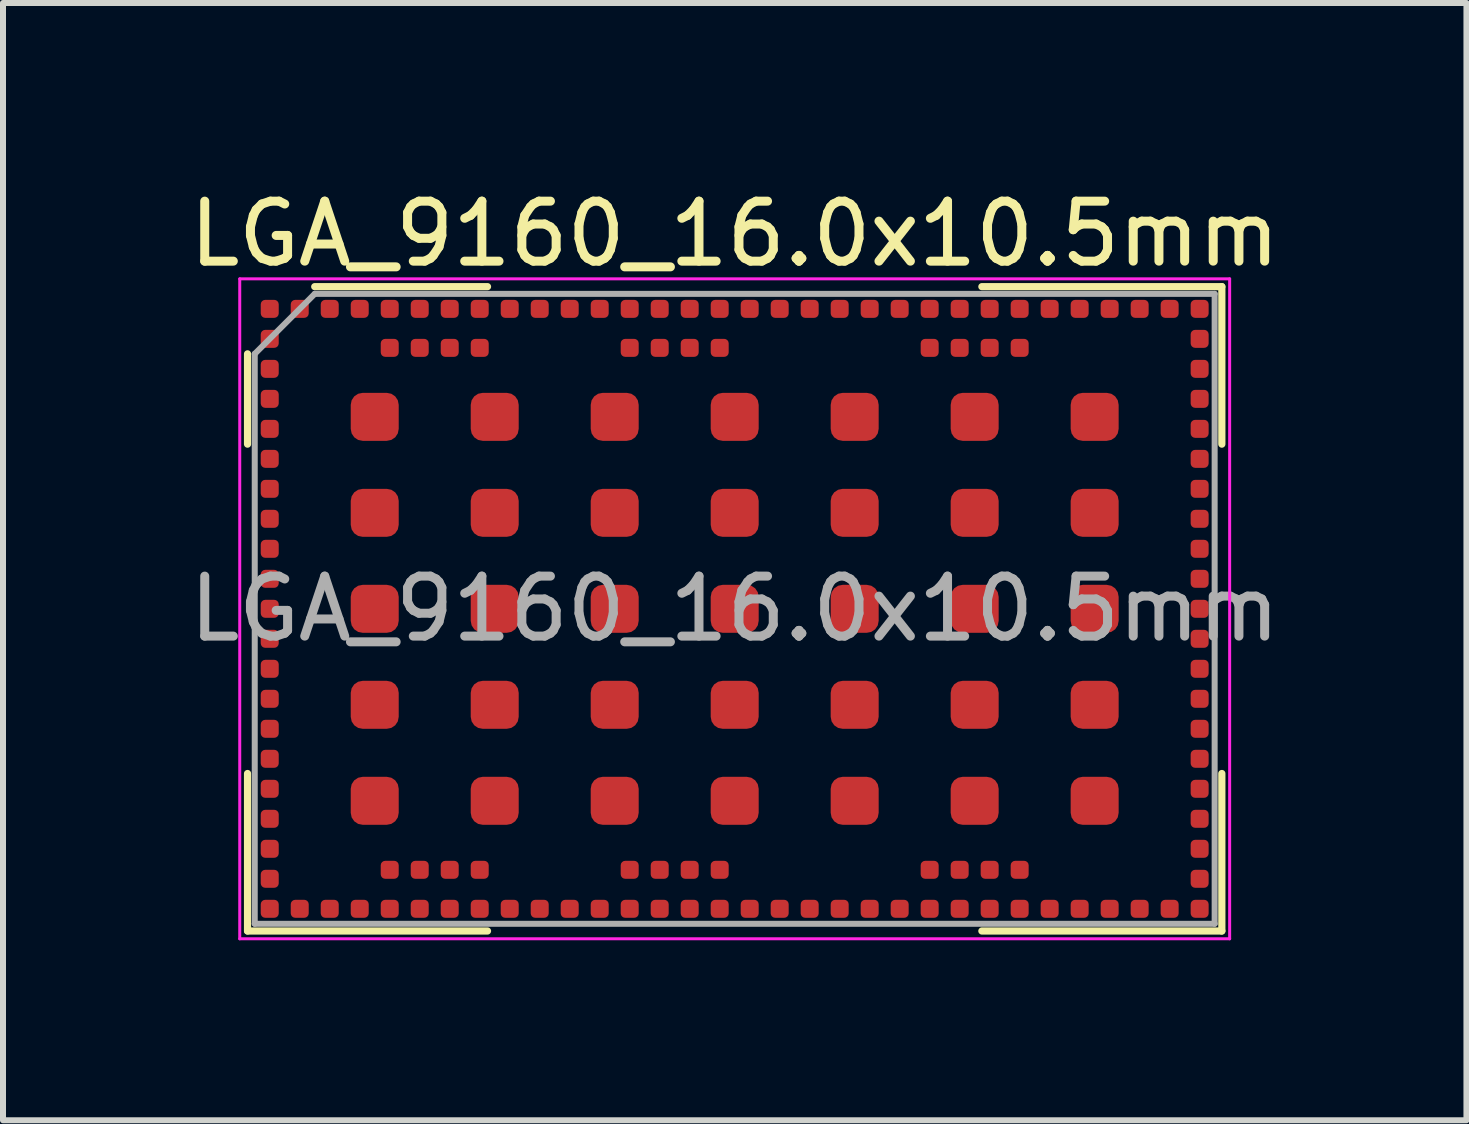
<source format=kicad_pcb>
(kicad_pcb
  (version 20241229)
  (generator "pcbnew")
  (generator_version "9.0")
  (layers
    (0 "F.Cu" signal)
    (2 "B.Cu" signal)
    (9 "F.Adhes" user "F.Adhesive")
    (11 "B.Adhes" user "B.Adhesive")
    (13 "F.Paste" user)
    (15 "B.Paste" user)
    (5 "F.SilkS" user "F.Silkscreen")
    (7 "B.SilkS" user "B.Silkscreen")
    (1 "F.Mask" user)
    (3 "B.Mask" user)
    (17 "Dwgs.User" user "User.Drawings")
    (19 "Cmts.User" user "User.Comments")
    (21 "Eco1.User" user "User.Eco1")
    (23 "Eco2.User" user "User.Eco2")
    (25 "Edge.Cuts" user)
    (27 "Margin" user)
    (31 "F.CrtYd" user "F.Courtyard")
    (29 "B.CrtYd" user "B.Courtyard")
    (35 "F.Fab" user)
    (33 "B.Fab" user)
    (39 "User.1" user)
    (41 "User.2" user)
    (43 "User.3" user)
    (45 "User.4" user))
  (footprint "LGA_9160_16.0x10.5mm"
    (layer "F.Cu")
    (at 9.196 7.098)
    (property "Reference" "LGA_9160_16.0x10.5mm" (at 0 -6.25 0) (layer "F.SilkS") (effects (font (size 1 1) (thickness 0.15))))
    (attr smd)
    (fp_line (start -8.12 -4.25) (end -8.12 -2.745) (stroke (width 0.12) (type default)) (layer "F.SilkS"))
    (fp_line (start -8.12 5.37) (end -8.12 2.745) (stroke (width 0.12) (type default)) (layer "F.SilkS"))
    (fp_line (start -4.12 -5.37) (end -7 -5.37) (stroke (width 0.12) (type default)) (layer "F.SilkS"))
    (fp_line (start -4.12 5.37) (end -8.12 5.37) (stroke (width 0.12) (type default)) (layer "F.SilkS"))
    (fp_line (start 4.12 -5.37) (end 8.12 -5.37) (stroke (width 0.12) (type default)) (layer "F.SilkS"))
    (fp_line (start 4.12 5.37) (end 8.12 5.37) (stroke (width 0.12) (type default)) (layer "F.SilkS"))
    (fp_line (start 8.12 -5.37) (end 8.12 -2.745) (stroke (width 0.12) (type default)) (layer "F.SilkS"))
    (fp_line (start 8.12 5.37) (end 8.12 2.745) (stroke (width 0.12) (type default)) (layer "F.SilkS"))
    (fp_line (start -8.25 -5.5) (end 8.25 -5.5) (stroke (width 0.05) (type default)) (layer "F.CrtYd"))
    (fp_line (start -8.25 5.5) (end -8.25 -5.5) (stroke (width 0.05) (type default)) (layer "F.CrtYd"))
    (fp_line (start 8.25 -5.5) (end 8.25 5.5) (stroke (width 0.05) (type default)) (layer "F.CrtYd"))
    (fp_line (start 8.25 5.5) (end -8.25 5.5) (stroke (width 0.05) (type default)) (layer "F.CrtYd"))
    (fp_line (start -8 -4.25) (end -8 5.25) (stroke (width 0.1) (type default)) (layer "F.Fab"))
    (fp_line (start -8 5.25) (end 8 5.25) (stroke (width 0.1) (type default)) (layer "F.Fab"))
    (fp_line (start -7 -5.25) (end -8 -4.25) (stroke (width 0.1) (type default)) (layer "F.Fab"))
    (fp_line (start 8 -5.25) (end -7 -5.25) (stroke (width 0.1) (type default)) (layer "F.Fab"))
    (fp_line (start 8 5.25) (end 8 -5.25) (stroke (width 0.1) (type default)) (layer "F.Fab"))
    (fp_text user "${REFERENCE}" (at 0 0 0) (layer "F.Fab") (effects (font (size 1 1) (thickness 0.15))))
    (pad "1" smd roundrect (at -7.75 -5) (size 0.3 0.3) (layers "F.Cu" "F.Mask" "F.Paste") (roundrect_rratio 0.25))
    (pad "2" smd roundrect (at -7.75 -4.5) (size 0.3 0.3) (layers "F.Cu" "F.Mask" "F.Paste") (roundrect_rratio 0.25))
    (pad "3" smd roundrect (at -7.75 -4) (size 0.3 0.3) (layers "F.Cu" "F.Mask" "F.Paste") (roundrect_rratio 0.25))
    (pad "4" smd roundrect (at -7.75 -3.5) (size 0.3 0.3) (layers "F.Cu" "F.Mask" "F.Paste") (roundrect_rratio 0.25))
    (pad "5" smd roundrect (at -7.75 -3) (size 0.3 0.3) (layers "F.Cu" "F.Mask" "F.Paste") (roundrect_rratio 0.25))
    (pad "6" smd roundrect (at -7.75 -2.5) (size 0.3 0.3) (layers "F.Cu" "F.Mask" "F.Paste") (roundrect_rratio 0.25))
    (pad "7" smd roundrect (at -7.75 -2) (size 0.3 0.3) (layers "F.Cu" "F.Mask" "F.Paste") (roundrect_rratio 0.25))
    (pad "8" smd roundrect (at -7.75 -1.5) (size 0.3 0.3) (layers "F.Cu" "F.Mask" "F.Paste") (roundrect_rratio 0.25))
    (pad "9" smd roundrect (at -7.75 -1) (size 0.3 0.3) (layers "F.Cu" "F.Mask" "F.Paste") (roundrect_rratio 0.25))
    (pad "10" smd roundrect (at -7.75 -0.5) (size 0.3 0.3) (layers "F.Cu" "F.Mask" "F.Paste") (roundrect_rratio 0.25))
    (pad "11" smd roundrect (at -7.75 0) (size 0.3 0.3) (layers "F.Cu" "F.Mask" "F.Paste") (roundrect_rratio 0.25))
    (pad "12" smd roundrect (at -7.75 0.5) (size 0.3 0.3) (layers "F.Cu" "F.Mask" "F.Paste") (roundrect_rratio 0.25))
    (pad "13" smd roundrect (at -7.75 1) (size 0.3 0.3) (layers "F.Cu" "F.Mask" "F.Paste") (roundrect_rratio 0.25))
    (pad "14" smd roundrect (at -7.75 1.5) (size 0.3 0.3) (layers "F.Cu" "F.Mask" "F.Paste") (roundrect_rratio 0.25))
    (pad "15" smd roundrect (at -7.75 2) (size 0.3 0.3) (layers "F.Cu" "F.Mask" "F.Paste") (roundrect_rratio 0.25))
    (pad "16" smd roundrect (at -7.75 2.5) (size 0.3 0.3) (layers "F.Cu" "F.Mask" "F.Paste") (roundrect_rratio 0.25))
    (pad "17" smd roundrect (at -7.75 3) (size 0.3 0.3) (layers "F.Cu" "F.Mask" "F.Paste") (roundrect_rratio 0.25))
    (pad "18" smd roundrect (at -7.75 3.5) (size 0.3 0.3) (layers "F.Cu" "F.Mask" "F.Paste") (roundrect_rratio 0.25))
    (pad "19" smd roundrect (at -7.75 4) (size 0.3 0.3) (layers "F.Cu" "F.Mask" "F.Paste") (roundrect_rratio 0.25))
    (pad "20" smd roundrect (at -7.75 4.5) (size 0.3 0.3) (layers "F.Cu" "F.Mask" "F.Paste") (roundrect_rratio 0.25))
    (pad "21" smd roundrect (at -7.75 5) (size 0.3 0.3) (layers "F.Cu" "F.Mask" "F.Paste") (roundrect_rratio 0.25))
    (pad "22" smd roundrect (at -7.25 5) (size 0.3 0.3) (layers "F.Cu" "F.Mask" "F.Paste") (roundrect_rratio 0.25))
    (pad "23" smd roundrect (at -6.75 5) (size 0.3 0.3) (layers "F.Cu" "F.Mask" "F.Paste") (roundrect_rratio 0.25))
    (pad "24" smd roundrect (at -6.25 5) (size 0.3 0.3) (layers "F.Cu" "F.Mask" "F.Paste") (roundrect_rratio 0.25))
    (pad "25" smd roundrect (at -5.75 5) (size 0.3 0.3) (layers "F.Cu" "F.Mask" "F.Paste") (roundrect_rratio 0.25))
    (pad "26" smd roundrect (at -5.25 5) (size 0.3 0.3) (layers "F.Cu" "F.Mask" "F.Paste") (roundrect_rratio 0.25))
    (pad "27" smd roundrect (at -4.75 5) (size 0.3 0.3) (layers "F.Cu" "F.Mask" "F.Paste") (roundrect_rratio 0.25))
    (pad "28" smd roundrect (at -4.25 5) (size 0.3 0.3) (layers "F.Cu" "F.Mask" "F.Paste") (roundrect_rratio 0.25))
    (pad "29" smd roundrect (at -3.75 5) (size 0.3 0.3) (layers "F.Cu" "F.Mask" "F.Paste") (roundrect_rratio 0.25))
    (pad "30" smd roundrect (at -3.25 5) (size 0.3 0.3) (layers "F.Cu" "F.Mask" "F.Paste") (roundrect_rratio 0.25))
    (pad "31" smd roundrect (at -2.75 5) (size 0.3 0.3) (layers "F.Cu" "F.Mask" "F.Paste") (roundrect_rratio 0.25))
    (pad "32" smd roundrect (at -2.25 5) (size 0.3 0.3) (layers "F.Cu" "F.Mask" "F.Paste") (roundrect_rratio 0.25))
    (pad "33" smd roundrect (at -1.75 5) (size 0.3 0.3) (layers "F.Cu" "F.Mask" "F.Paste") (roundrect_rratio 0.25))
    (pad "34" smd roundrect (at -1.25 5) (size 0.3 0.3) (layers "F.Cu" "F.Mask" "F.Paste") (roundrect_rratio 0.25))
    (pad "35" smd roundrect (at -0.75 5) (size 0.3 0.3) (layers "F.Cu" "F.Mask" "F.Paste") (roundrect_rratio 0.25))
    (pad "36" smd roundrect (at -0.25 5) (size 0.3 0.3) (layers "F.Cu" "F.Mask" "F.Paste") (roundrect_rratio 0.25))
    (pad "37" smd roundrect (at 0.25 5) (size 0.3 0.3) (layers "F.Cu" "F.Mask" "F.Paste") (roundrect_rratio 0.25))
    (pad "38" smd roundrect (at 0.75 5) (size 0.3 0.3) (layers "F.Cu" "F.Mask" "F.Paste") (roundrect_rratio 0.25))
    (pad "39" smd roundrect (at 1.25 5) (size 0.3 0.3) (layers "F.Cu" "F.Mask" "F.Paste") (roundrect_rratio 0.25))
    (pad "40" smd roundrect (at 1.75 5) (size 0.3 0.3) (layers "F.Cu" "F.Mask" "F.Paste") (roundrect_rratio 0.25))
    (pad "41" smd roundrect (at 2.25 5) (size 0.3 0.3) (layers "F.Cu" "F.Mask" "F.Paste") (roundrect_rratio 0.25))
    (pad "42" smd roundrect (at 2.75 5) (size 0.3 0.3) (layers "F.Cu" "F.Mask" "F.Paste") (roundrect_rratio 0.25))
    (pad "43" smd roundrect (at 3.25 5) (size 0.3 0.3) (layers "F.Cu" "F.Mask" "F.Paste") (roundrect_rratio 0.25))
    (pad "44" smd roundrect (at 3.75 5) (size 0.3 0.3) (layers "F.Cu" "F.Mask" "F.Paste") (roundrect_rratio 0.25))
    (pad "45" smd roundrect (at 4.25 5) (size 0.3 0.3) (layers "F.Cu" "F.Mask" "F.Paste") (roundrect_rratio 0.25))
    (pad "46" smd roundrect (at 4.75 5) (size 0.3 0.3) (layers "F.Cu" "F.Mask" "F.Paste") (roundrect_rratio 0.25))
    (pad "47" smd roundrect (at 5.25 5) (size 0.3 0.3) (layers "F.Cu" "F.Mask" "F.Paste") (roundrect_rratio 0.25))
    (pad "48" smd roundrect (at 5.75 5) (size 0.3 0.3) (layers "F.Cu" "F.Mask" "F.Paste") (roundrect_rratio 0.25))
    (pad "49" smd roundrect (at 6.25 5) (size 0.3 0.3) (layers "F.Cu" "F.Mask" "F.Paste") (roundrect_rratio 0.25))
    (pad "50" smd roundrect (at 6.75 5) (size 0.3 0.3) (layers "F.Cu" "F.Mask" "F.Paste") (roundrect_rratio 0.25))
    (pad "51" smd roundrect (at 7.25 5) (size 0.3 0.3) (layers "F.Cu" "F.Mask" "F.Paste") (roundrect_rratio 0.25))
    (pad "52" smd roundrect (at 7.75 5) (size 0.3 0.3) (layers "F.Cu" "F.Mask" "F.Paste") (roundrect_rratio 0.25))
    (pad "53" smd roundrect (at 7.75 4.5) (size 0.3 0.3) (layers "F.Cu" "F.Mask" "F.Paste") (roundrect_rratio 0.25))
    (pad "54" smd roundrect (at 7.75 4) (size 0.3 0.3) (layers "F.Cu" "F.Mask" "F.Paste") (roundrect_rratio 0.25))
    (pad "55" smd roundrect (at 7.75 3.5) (size 0.3 0.3) (layers "F.Cu" "F.Mask" "F.Paste") (roundrect_rratio 0.25))
    (pad "56" smd roundrect (at 7.75 3) (size 0.3 0.3) (layers "F.Cu" "F.Mask" "F.Paste") (roundrect_rratio 0.25))
    (pad "57" smd roundrect (at 7.75 2.5) (size 0.3 0.3) (layers "F.Cu" "F.Mask" "F.Paste") (roundrect_rratio 0.25))
    (pad "58" smd roundrect (at 7.75 2) (size 0.3 0.3) (layers "F.Cu" "F.Mask" "F.Paste") (roundrect_rratio 0.25))
    (pad "59" smd roundrect (at 7.75 1.5) (size 0.3 0.3) (layers "F.Cu" "F.Mask" "F.Paste") (roundrect_rratio 0.25))
    (pad "60" smd roundrect (at 7.75 1) (size 0.3 0.3) (layers "F.Cu" "F.Mask" "F.Paste") (roundrect_rratio 0.25))
    (pad "61" smd roundrect (at 7.75 0.5) (size 0.3 0.3) (layers "F.Cu" "F.Mask" "F.Paste") (roundrect_rratio 0.25))
    (pad "62" smd roundrect (at 7.75 0) (size 0.3 0.3) (layers "F.Cu" "F.Mask" "F.Paste") (roundrect_rratio 0.25))
    (pad "63" smd roundrect (at 7.75 -0.5) (size 0.3 0.3) (layers "F.Cu" "F.Mask" "F.Paste") (roundrect_rratio 0.25))
    (pad "64" smd roundrect (at 7.75 -1) (size 0.3 0.3) (layers "F.Cu" "F.Mask" "F.Paste") (roundrect_rratio 0.25))
    (pad "65" smd roundrect (at 7.75 -1.5) (size 0.3 0.3) (layers "F.Cu" "F.Mask" "F.Paste") (roundrect_rratio 0.25))
    (pad "66" smd roundrect (at 7.75 -2) (size 0.3 0.3) (layers "F.Cu" "F.Mask" "F.Paste") (roundrect_rratio 0.25))
    (pad "67" smd roundrect (at 7.75 -2.5) (size 0.3 0.3) (layers "F.Cu" "F.Mask" "F.Paste") (roundrect_rratio 0.25))
    (pad "68" smd roundrect (at 7.75 -3) (size 0.3 0.3) (layers "F.Cu" "F.Mask" "F.Paste") (roundrect_rratio 0.25))
    (pad "69" smd roundrect (at 7.75 -3.5) (size 0.3 0.3) (layers "F.Cu" "F.Mask" "F.Paste") (roundrect_rratio 0.25))
    (pad "70" smd roundrect (at 7.75 -4) (size 0.3 0.3) (layers "F.Cu" "F.Mask" "F.Paste") (roundrect_rratio 0.25))
    (pad "71" smd roundrect (at 7.75 -4.5) (size 0.3 0.3) (layers "F.Cu" "F.Mask" "F.Paste") (roundrect_rratio 0.25))
    (pad "72" smd roundrect (at 7.75 -5) (size 0.3 0.3) (layers "F.Cu" "F.Mask" "F.Paste") (roundrect_rratio 0.25))
    (pad "73" smd roundrect (at 7.25 -5) (size 0.3 0.3) (layers "F.Cu" "F.Mask" "F.Paste") (roundrect_rratio 0.25))
    (pad "74" smd roundrect (at 6.75 -5) (size 0.3 0.3) (layers "F.Cu" "F.Mask" "F.Paste") (roundrect_rratio 0.25))
    (pad "75" smd roundrect (at 6.25 -5) (size 0.3 0.3) (layers "F.Cu" "F.Mask" "F.Paste") (roundrect_rratio 0.25))
    (pad "76" smd roundrect (at 5.75 -5) (size 0.3 0.3) (layers "F.Cu" "F.Mask" "F.Paste") (roundrect_rratio 0.25))
    (pad "77" smd roundrect (at 5.25 -5) (size 0.3 0.3) (layers "F.Cu" "F.Mask" "F.Paste") (roundrect_rratio 0.25))
    (pad "78" smd roundrect (at 4.75 -5) (size 0.3 0.3) (layers "F.Cu" "F.Mask" "F.Paste") (roundrect_rratio 0.25))
    (pad "79" smd roundrect (at 4.25 -5) (size 0.3 0.3) (layers "F.Cu" "F.Mask" "F.Paste") (roundrect_rratio 0.25))
    (pad "80" smd roundrect (at 3.75 -5) (size 0.3 0.3) (layers "F.Cu" "F.Mask" "F.Paste") (roundrect_rratio 0.25))
    (pad "81" smd roundrect (at 3.25 -5) (size 0.3 0.3) (layers "F.Cu" "F.Mask" "F.Paste") (roundrect_rratio 0.25))
    (pad "82" smd roundrect (at 2.75 -5) (size 0.3 0.3) (layers "F.Cu" "F.Mask" "F.Paste") (roundrect_rratio 0.25))
    (pad "83" smd roundrect (at 2.25 -5) (size 0.3 0.3) (layers "F.Cu" "F.Mask" "F.Paste") (roundrect_rratio 0.25))
    (pad "84" smd roundrect (at 1.75 -5) (size 0.3 0.3) (layers "F.Cu" "F.Mask" "F.Paste") (roundrect_rratio 0.25))
    (pad "85" smd roundrect (at 1.25 -5) (size 0.3 0.3) (layers "F.Cu" "F.Mask" "F.Paste") (roundrect_rratio 0.25))
    (pad "86" smd roundrect (at 0.75 -5) (size 0.3 0.3) (layers "F.Cu" "F.Mask" "F.Paste") (roundrect_rratio 0.25))
    (pad "87" smd roundrect (at 0.25 -5) (size 0.3 0.3) (layers "F.Cu" "F.Mask" "F.Paste") (roundrect_rratio 0.25))
    (pad "88" smd roundrect (at -0.25 -5) (size 0.3 0.3) (layers "F.Cu" "F.Mask" "F.Paste") (roundrect_rratio 0.25))
    (pad "89" smd roundrect (at -0.75 -5) (size 0.3 0.3) (layers "F.Cu" "F.Mask" "F.Paste") (roundrect_rratio 0.25))
    (pad "90" smd roundrect (at -1.25 -5) (size 0.3 0.3) (layers "F.Cu" "F.Mask" "F.Paste") (roundrect_rratio 0.25))
    (pad "91" smd roundrect (at -1.75 -5) (size 0.3 0.3) (layers "F.Cu" "F.Mask" "F.Paste") (roundrect_rratio 0.25))
    (pad "92" smd roundrect (at -2.25 -5) (size 0.3 0.3) (layers "F.Cu" "F.Mask" "F.Paste") (roundrect_rratio 0.25))
    (pad "93" smd roundrect (at -2.75 -5) (size 0.3 0.3) (layers "F.Cu" "F.Mask" "F.Paste") (roundrect_rratio 0.25))
    (pad "94" smd roundrect (at -3.25 -5) (size 0.3 0.3) (layers "F.Cu" "F.Mask" "F.Paste") (roundrect_rratio 0.25))
    (pad "95" smd roundrect (at -3.75 -5) (size 0.3 0.3) (layers "F.Cu" "F.Mask" "F.Paste") (roundrect_rratio 0.25))
    (pad "96" smd roundrect (at -4.25 -5) (size 0.3 0.3) (layers "F.Cu" "F.Mask" "F.Paste") (roundrect_rratio 0.25))
    (pad "97" smd roundrect (at -4.75 -5) (size 0.3 0.3) (layers "F.Cu" "F.Mask" "F.Paste") (roundrect_rratio 0.25))
    (pad "98" smd roundrect (at -5.25 -5) (size 0.3 0.3) (layers "F.Cu" "F.Mask" "F.Paste") (roundrect_rratio 0.25))
    (pad "99" smd roundrect (at -5.75 -5) (size 0.3 0.3) (layers "F.Cu" "F.Mask" "F.Paste") (roundrect_rratio 0.25))
    (pad "100" smd roundrect (at -6.25 -5) (size 0.3 0.3) (layers "F.Cu" "F.Mask" "F.Paste") (roundrect_rratio 0.25))
    (pad "101" smd roundrect (at -6.75 -5) (size 0.3 0.3) (layers "F.Cu" "F.Mask" "F.Paste") (roundrect_rratio 0.25))
    (pad "102" smd roundrect (at -7.25 -5) (size 0.3 0.3) (layers "F.Cu" "F.Mask" "F.Paste") (roundrect_rratio 0.25))
    (pad "103" smd roundrect (at -6 -3.2) (size 0.8 0.8) (layers "F.Cu" "F.Mask" "F.Paste") (roundrect_rratio 0.25))
    (pad "103" smd roundrect (at -6 -1.6) (size 0.8 0.8) (layers "F.Cu" "F.Mask" "F.Paste") (roundrect_rratio 0.25))
    (pad "103" smd roundrect (at -6 0) (size 0.8 0.8) (layers "F.Cu" "F.Mask" "F.Paste") (roundrect_rratio 0.25))
    (pad "103" smd roundrect (at -6 1.6) (size 0.8 0.8) (layers "F.Cu" "F.Mask" "F.Paste") (roundrect_rratio 0.25))
    (pad "103" smd roundrect (at -6 3.2) (size 0.8 0.8) (layers "F.Cu" "F.Mask" "F.Paste") (roundrect_rratio 0.25))
    (pad "103" smd roundrect (at -4 -3.2) (size 0.8 0.8) (layers "F.Cu" "F.Mask" "F.Paste") (roundrect_rratio 0.25))
    (pad "103" smd roundrect (at -4 -1.6) (size 0.8 0.8) (layers "F.Cu" "F.Mask" "F.Paste") (roundrect_rratio 0.25))
    (pad "103" smd roundrect (at -4 0) (size 0.8 0.8) (layers "F.Cu" "F.Mask" "F.Paste") (roundrect_rratio 0.25))
    (pad "103" smd roundrect (at -4 1.6) (size 0.8 0.8) (layers "F.Cu" "F.Mask" "F.Paste") (roundrect_rratio 0.25))
    (pad "103" smd roundrect (at -4 3.2) (size 0.8 0.8) (layers "F.Cu" "F.Mask" "F.Paste") (roundrect_rratio 0.25))
    (pad "103" smd roundrect (at -2 -3.2) (size 0.8 0.8) (layers "F.Cu" "F.Mask" "F.Paste") (roundrect_rratio 0.25))
    (pad "103" smd roundrect (at -2 -1.6) (size 0.8 0.8) (layers "F.Cu" "F.Mask" "F.Paste") (roundrect_rratio 0.25))
    (pad "103" smd roundrect (at -2 0) (size 0.8 0.8) (layers "F.Cu" "F.Mask" "F.Paste") (roundrect_rratio 0.25))
    (pad "103" smd roundrect (at -2 1.6) (size 0.8 0.8) (layers "F.Cu" "F.Mask" "F.Paste") (roundrect_rratio 0.25))
    (pad "103" smd roundrect (at -2 3.2) (size 0.8 0.8) (layers "F.Cu" "F.Mask" "F.Paste") (roundrect_rratio 0.25))
    (pad "103" smd roundrect (at 0 -3.2) (size 0.8 0.8) (layers "F.Cu" "F.Mask" "F.Paste") (roundrect_rratio 0.25))
    (pad "103" smd roundrect (at 0 -1.6) (size 0.8 0.8) (layers "F.Cu" "F.Mask" "F.Paste") (roundrect_rratio 0.25))
    (pad "103" smd roundrect (at 0 0) (size 0.8 0.8) (layers "F.Cu" "F.Mask" "F.Paste") (roundrect_rratio 0.25))
    (pad "103" smd roundrect (at 0 1.6) (size 0.8 0.8) (layers "F.Cu" "F.Mask" "F.Paste") (roundrect_rratio 0.25))
    (pad "103" smd roundrect (at 0 3.2) (size 0.8 0.8) (layers "F.Cu" "F.Mask" "F.Paste") (roundrect_rratio 0.25))
    (pad "103" smd roundrect (at 2 -3.2) (size 0.8 0.8) (layers "F.Cu" "F.Mask" "F.Paste") (roundrect_rratio 0.25))
    (pad "103" smd roundrect (at 2 -1.6) (size 0.8 0.8) (layers "F.Cu" "F.Mask" "F.Paste") (roundrect_rratio 0.25))
    (pad "103" smd roundrect (at 2 0) (size 0.8 0.8) (layers "F.Cu" "F.Mask" "F.Paste") (roundrect_rratio 0.25))
    (pad "103" smd roundrect (at 2 1.6) (size 0.8 0.8) (layers "F.Cu" "F.Mask" "F.Paste") (roundrect_rratio 0.25))
    (pad "103" smd roundrect (at 2 3.2) (size 0.8 0.8) (layers "F.Cu" "F.Mask" "F.Paste") (roundrect_rratio 0.25))
    (pad "103" smd roundrect (at 4 -3.2) (size 0.8 0.8) (layers "F.Cu" "F.Mask" "F.Paste") (roundrect_rratio 0.25))
    (pad "103" smd roundrect (at 4 -1.6) (size 0.8 0.8) (layers "F.Cu" "F.Mask" "F.Paste") (roundrect_rratio 0.25))
    (pad "103" smd roundrect (at 4 0) (size 0.8 0.8) (layers "F.Cu" "F.Mask" "F.Paste") (roundrect_rratio 0.25))
    (pad "103" smd roundrect (at 4 1.6) (size 0.8 0.8) (layers "F.Cu" "F.Mask" "F.Paste") (roundrect_rratio 0.25))
    (pad "103" smd roundrect (at 4 3.2) (size 0.8 0.8) (layers "F.Cu" "F.Mask" "F.Paste") (roundrect_rratio 0.25))
    (pad "103" smd roundrect (at 6 -3.2) (size 0.8 0.8) (layers "F.Cu" "F.Mask" "F.Paste") (roundrect_rratio 0.25))
    (pad "103" smd roundrect (at 6 -1.6) (size 0.8 0.8) (layers "F.Cu" "F.Mask" "F.Paste") (roundrect_rratio 0.25))
    (pad "103" smd roundrect (at 6 0) (size 0.8 0.8) (layers "F.Cu" "F.Mask" "F.Paste") (roundrect_rratio 0.25))
    (pad "103" smd roundrect (at 6 1.6) (size 0.8 0.8) (layers "F.Cu" "F.Mask" "F.Paste") (roundrect_rratio 0.25))
    (pad "103" smd roundrect (at 6 3.2) (size 0.8 0.8) (layers "F.Cu" "F.Mask" "F.Paste") (roundrect_rratio 0.25))
    (pad "104" smd roundrect (at -5.75 4.35) (size 0.3 0.3) (layers "F.Cu" "F.Mask" "F.Paste") (roundrect_rratio 0.25))
    (pad "105" smd roundrect (at -5.25 4.35) (size 0.3 0.3) (layers "F.Cu" "F.Mask" "F.Paste") (roundrect_rratio 0.25))
    (pad "106" smd roundrect (at -4.75 4.35) (size 0.3 0.3) (layers "F.Cu" "F.Mask" "F.Paste") (roundrect_rratio 0.25))
    (pad "107" smd roundrect (at -4.25 4.35) (size 0.3 0.3) (layers "F.Cu" "F.Mask" "F.Paste") (roundrect_rratio 0.25))
    (pad "108" smd roundrect (at -1.75 4.35) (size 0.3 0.3) (layers "F.Cu" "F.Mask" "F.Paste") (roundrect_rratio 0.25))
    (pad "109" smd roundrect (at -1.25 4.35) (size 0.3 0.3) (layers "F.Cu" "F.Mask" "F.Paste") (roundrect_rratio 0.25))
    (pad "110" smd roundrect (at -0.75 4.35) (size 0.3 0.3) (layers "F.Cu" "F.Mask" "F.Paste") (roundrect_rratio 0.25))
    (pad "111" smd roundrect (at -0.25 4.35) (size 0.3 0.3) (layers "F.Cu" "F.Mask" "F.Paste") (roundrect_rratio 0.25))
    (pad "112" smd roundrect (at 3.25 4.35) (size 0.3 0.3) (layers "F.Cu" "F.Mask" "F.Paste") (roundrect_rratio 0.25))
    (pad "113" smd roundrect (at 3.75 4.35) (size 0.3 0.3) (layers "F.Cu" "F.Mask" "F.Paste") (roundrect_rratio 0.25))
    (pad "114" smd roundrect (at 4.25 4.35) (size 0.3 0.3) (layers "F.Cu" "F.Mask" "F.Paste") (roundrect_rratio 0.25))
    (pad "115" smd roundrect (at 4.75 4.35) (size 0.3 0.3) (layers "F.Cu" "F.Mask" "F.Paste") (roundrect_rratio 0.25))
    (pad "116" smd roundrect (at 4.75 -4.35) (size 0.3 0.3) (layers "F.Cu" "F.Mask" "F.Paste") (roundrect_rratio 0.25))
    (pad "117" smd roundrect (at 4.25 -4.35) (size 0.3 0.3) (layers "F.Cu" "F.Mask" "F.Paste") (roundrect_rratio 0.25))
    (pad "118" smd roundrect (at 3.75 -4.35) (size 0.3 0.3) (layers "F.Cu" "F.Mask" "F.Paste") (roundrect_rratio 0.25))
    (pad "119" smd roundrect (at 3.25 -4.35) (size 0.3 0.3) (layers "F.Cu" "F.Mask" "F.Paste") (roundrect_rratio 0.25))
    (pad "120" smd roundrect (at -0.25 -4.35) (size 0.3 0.3) (layers "F.Cu" "F.Mask" "F.Paste") (roundrect_rratio 0.25))
    (pad "121" smd roundrect (at -0.75 -4.35) (size 0.3 0.3) (layers "F.Cu" "F.Mask" "F.Paste") (roundrect_rratio 0.25))
    (pad "122" smd roundrect (at -1.25 -4.35) (size 0.3 0.3) (layers "F.Cu" "F.Mask" "F.Paste") (roundrect_rratio 0.25))
    (pad "123" smd roundrect (at -1.75 -4.35) (size 0.3 0.3) (layers "F.Cu" "F.Mask" "F.Paste") (roundrect_rratio 0.25))
    (pad "124" smd roundrect (at -4.25 -4.35) (size 0.3 0.3) (layers "F.Cu" "F.Mask" "F.Paste") (roundrect_rratio 0.25))
    (pad "125" smd roundrect (at -4.75 -4.35) (size 0.3 0.3) (layers "F.Cu" "F.Mask" "F.Paste") (roundrect_rratio 0.25))
    (pad "126" smd roundrect (at -5.25 -4.35) (size 0.3 0.3) (layers "F.Cu" "F.Mask" "F.Paste") (roundrect_rratio 0.25))
    (pad "127" smd roundrect (at -5.75 -4.35) (size 0.3 0.3) (layers "F.Cu" "F.Mask" "F.Paste") (roundrect_rratio 0.25)))
  (gr_rect
    (start -3 -3)
    (end 21.393 15.623)
    (stroke (width 0.1) (type default))
    (fill no)
    (layer "Edge.Cuts")))
</source>
